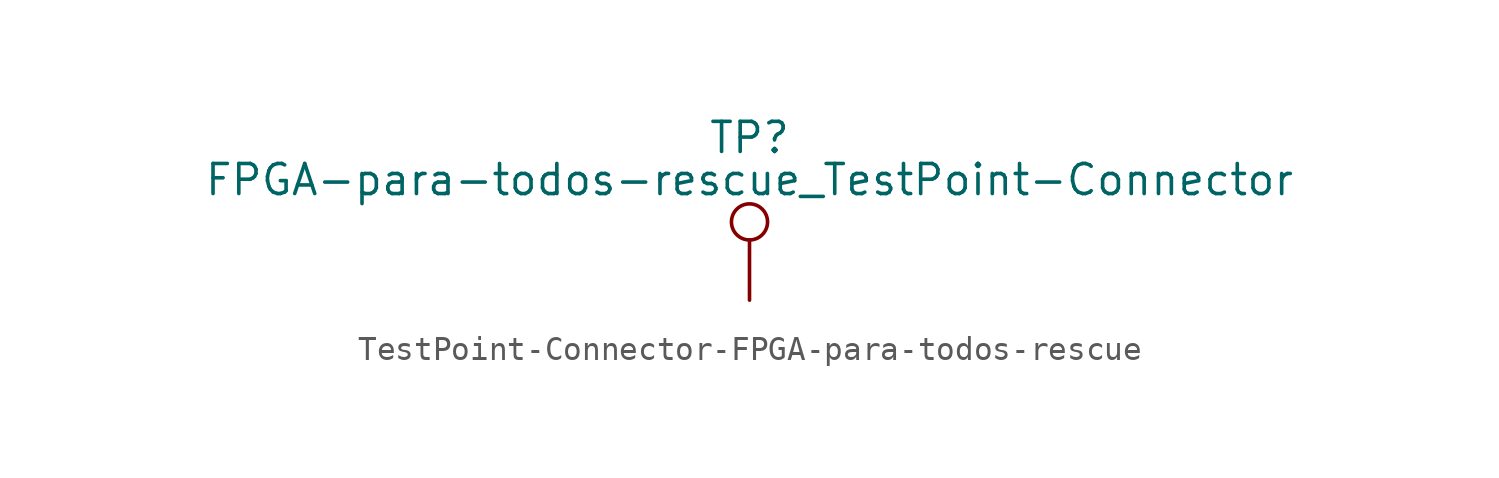
<source format=kicad_sym>
(kicad_symbol_lib
  (version 20231120)
  (generator "kicad_symbol_editor")
  (generator_version "8.0")
  (symbol "TestPoint-Connector-FPGA-para-todos-rescue"
    (pin_numbers hide)
    (pin_names
      (offset 0.762) hide)
    (property "Reference" "TP"
      (at 0 6.858 0)
      (effects (font (size 1.27 1.27))))
    (property "Value" "FPGA-para-todos-rescue_TestPoint-Connector"
      (at 0 5.08 0)
      (effects (font (size 1.27 1.27))))
    (symbol "TestPoint-Connector-FPGA-para-todos-rescue_0_1"
      (circle (center 0 3.302) (radius 0.762) (stroke (width 0) (type solid)) (fill (type none))))
    (symbol "TestPoint-Connector-FPGA-para-todos-rescue_1_1"
      (pin passive line (at 0 0 90) (length 2.54) (name "1" (effects (font (size 1.27 1.27)))) (number "1" (effects (font (size 1.27 1.27))))))))
</source>
